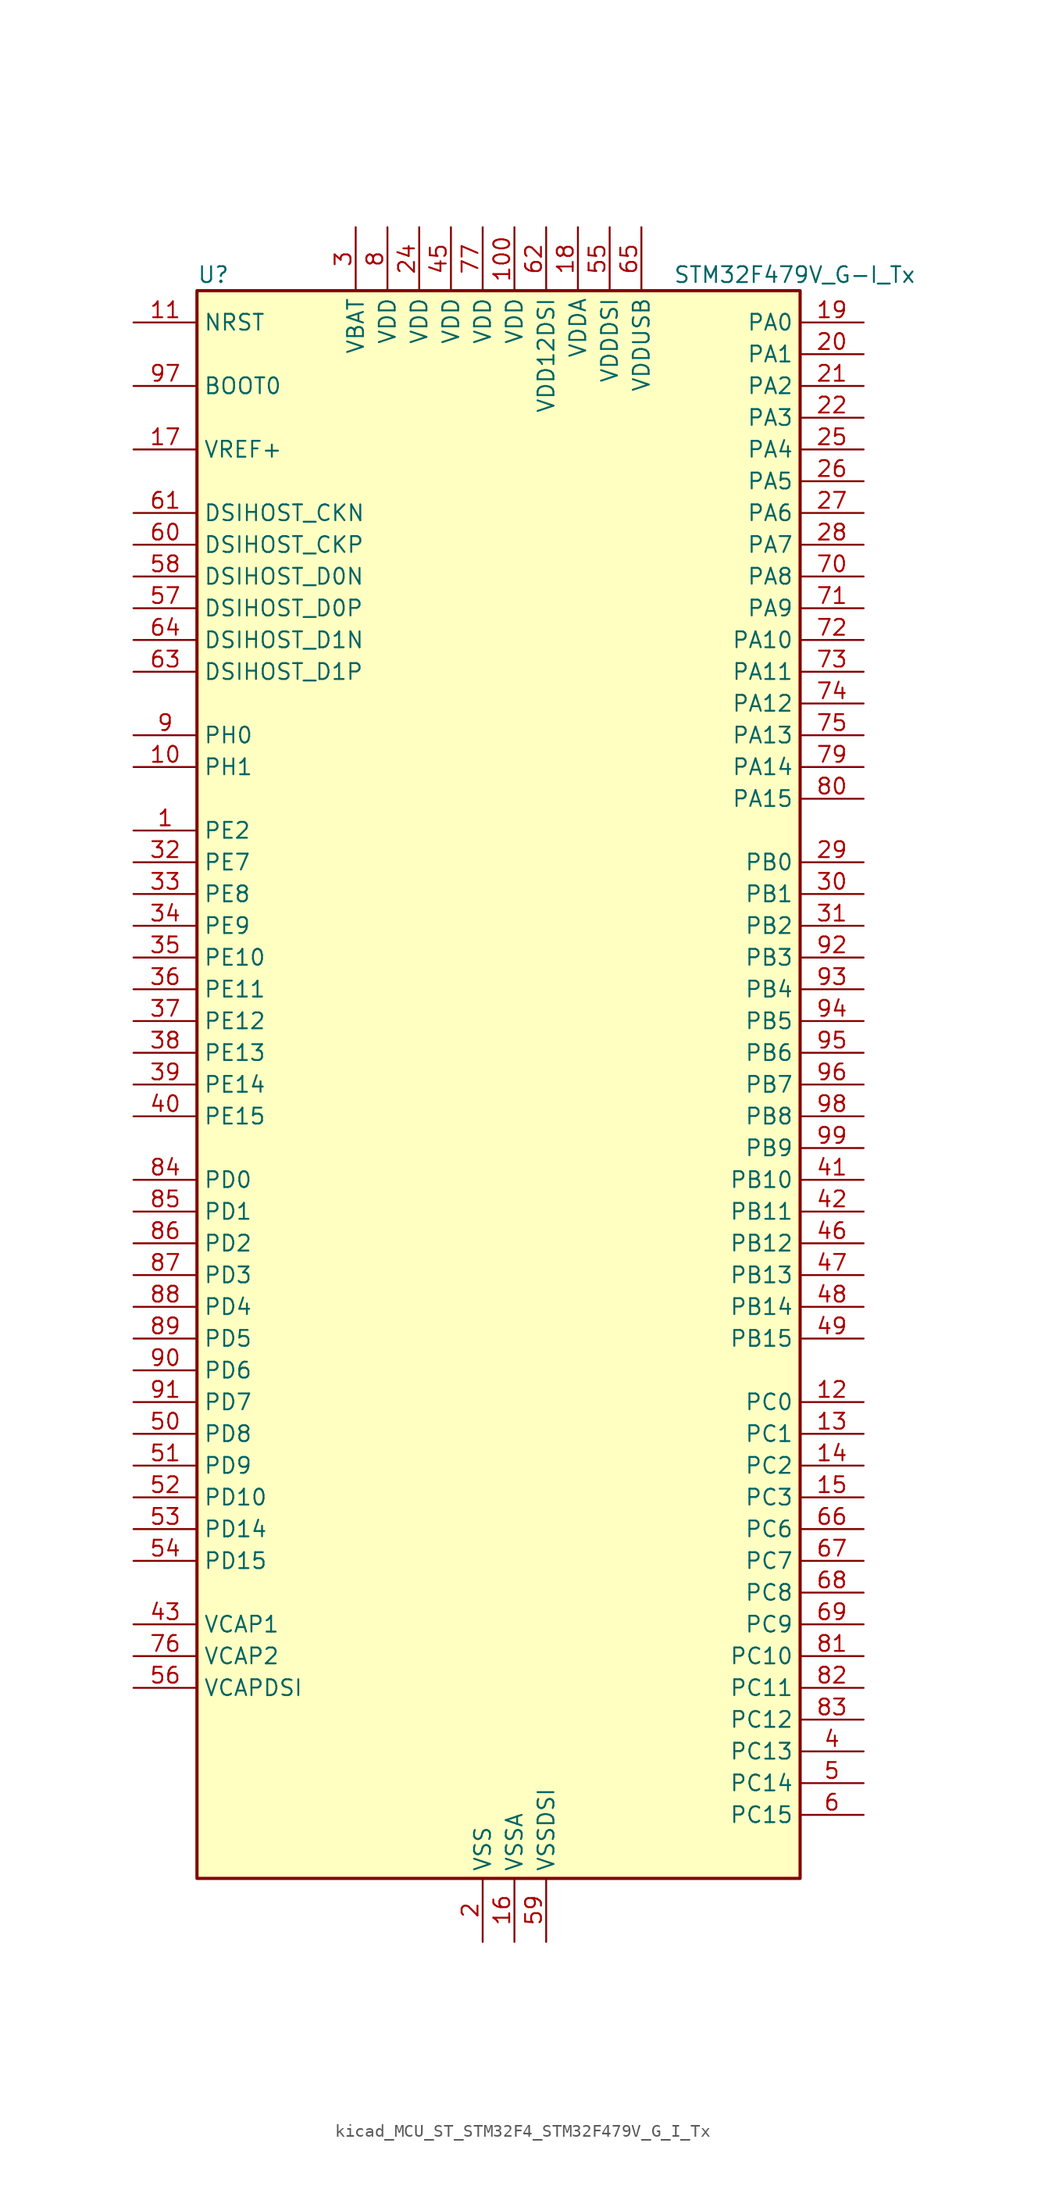
<source format=kicad_sym>
(kicad_symbol_lib
  (version 20220914)
  (generator kicad_symbol_editor)
  (symbol "kicad_MCU_ST_STM32F4_STM32F479V_G_I_Tx"
    (property "Reference" "U"
      (at -22.86 64.77 0)
      (effects (font (size 1.27 1.27)) (justify left)))
    (property "Value" "STM32F479V_G-I_Tx"
      (at 15.24 64.77 0)
      (effects (font (size 1.27 1.27)) (justify left)))
    (property "ki_locked" ""
      (at 0 0 0)
      (effects (font (size 1.27 1.27))))
    (symbol "kicad_MCU_ST_STM32F4_STM32F479V_G_I_Tx_0_1"
      (rectangle (start -22.86 -63.5) (end 25.4 63.5) (stroke (width 0.254) (type default)) (fill (type background))))
    (symbol "kicad_MCU_ST_STM32F4_STM32F479V_G_I_Tx_1_1"
      (pin bidirectional line (at -27.94 20.32 0) (length 5.08) (name "PE2" (effects (font (size 1.27 1.27)))) (number "1" (effects (font (size 1.27 1.27)))) (alternate "FMC_A23" bidirectional line) (alternate "QUADSPI_BK1_IO2" bidirectional line) (alternate "SAI1_MCLK_A" bidirectional line) (alternate "SPI4_SCK" bidirectional line) (alternate "SYS_TRACECLK" bidirectional line))
      (pin bidirectional line (at -27.94 25.4 0) (length 5.08) (name "PH1" (effects (font (size 1.27 1.27)))) (number "10" (effects (font (size 1.27 1.27)))) (alternate "RCC_OSC_OUT" bidirectional line))
      (pin power_in line (at 2.54 68.58 270) (length 5.08) (name "VDD" (effects (font (size 1.27 1.27)))) (number "100" (effects (font (size 1.27 1.27)))))
      (pin input line (at -27.94 60.96 0) (length 5.08) (name "NRST" (effects (font (size 1.27 1.27)))) (number "11" (effects (font (size 1.27 1.27)))))
      (pin bidirectional line (at 30.48 -25.4 180) (length 5.08) (name "PC0" (effects (font (size 1.27 1.27)))) (number "12" (effects (font (size 1.27 1.27)))) (alternate "ADC1_IN10" bidirectional line) (alternate "ADC2_IN10" bidirectional line) (alternate "ADC3_IN10" bidirectional line) (alternate "FMC_SDNWE" bidirectional line) (alternate "LTDC_R5" bidirectional line) (alternate "USB_OTG_HS_ULPI_STP" bidirectional line))
      (pin bidirectional line (at 30.48 -27.94 180) (length 5.08) (name "PC1" (effects (font (size 1.27 1.27)))) (number "13" (effects (font (size 1.27 1.27)))) (alternate "ADC1_IN11" bidirectional line) (alternate "ADC2_IN11" bidirectional line) (alternate "ADC3_IN11" bidirectional line) (alternate "I2S2_SD" bidirectional line) (alternate "SAI1_SD_A" bidirectional line) (alternate "SPI2_MOSI" bidirectional line) (alternate "SYS_TRACED0" bidirectional line))
      (pin bidirectional line (at 30.48 -30.48 180) (length 5.08) (name "PC2" (effects (font (size 1.27 1.27)))) (number "14" (effects (font (size 1.27 1.27)))) (alternate "ADC1_IN12" bidirectional line) (alternate "ADC2_IN12" bidirectional line) (alternate "ADC3_IN12" bidirectional line) (alternate "FMC_SDNE0" bidirectional line) (alternate "I2S2_ext_SD" bidirectional line) (alternate "SPI2_MISO" bidirectional line) (alternate "USB_OTG_HS_ULPI_DIR" bidirectional line))
      (pin bidirectional line (at 30.48 -33.02 180) (length 5.08) (name "PC3" (effects (font (size 1.27 1.27)))) (number "15" (effects (font (size 1.27 1.27)))) (alternate "ADC1_IN13" bidirectional line) (alternate "ADC2_IN13" bidirectional line) (alternate "ADC3_IN13" bidirectional line) (alternate "FMC_SDCKE0" bidirectional line) (alternate "I2S2_SD" bidirectional line) (alternate "SPI2_MOSI" bidirectional line) (alternate "USB_OTG_HS_ULPI_NXT" bidirectional line))
      (pin power_in line (at 2.54 -68.58 90) (length 5.08) (name "VSSA" (effects (font (size 1.27 1.27)))) (number "16" (effects (font (size 1.27 1.27)))))
      (pin input line (at -27.94 50.8 0) (length 5.08) (name "VREF+" (effects (font (size 1.27 1.27)))) (number "17" (effects (font (size 1.27 1.27)))))
      (pin power_in line (at 7.62 68.58 270) (length 5.08) (name "VDDA" (effects (font (size 1.27 1.27)))) (number "18" (effects (font (size 1.27 1.27)))))
      (pin bidirectional line (at 30.48 60.96 180) (length 5.08) (name "PA0" (effects (font (size 1.27 1.27)))) (number "19" (effects (font (size 1.27 1.27)))) (alternate "ADC1_IN0" bidirectional line) (alternate "ADC2_IN0" bidirectional line) (alternate "ADC3_IN0" bidirectional line) (alternate "SYS_WKUP" bidirectional line) (alternate "TIM2_CH1" bidirectional line) (alternate "TIM2_ETR" bidirectional line) (alternate "TIM5_CH1" bidirectional line) (alternate "TIM8_ETR" bidirectional line) (alternate "UART4_TX" bidirectional line) (alternate "USART2_CTS" bidirectional line))
      (pin power_in line (at 0 -68.58 90) (length 5.08) (name "VSS" (effects (font (size 1.27 1.27)))) (number "2" (effects (font (size 1.27 1.27)))))
      (pin bidirectional line (at 30.48 58.42 180) (length 5.08) (name "PA1" (effects (font (size 1.27 1.27)))) (number "20" (effects (font (size 1.27 1.27)))) (alternate "ADC1_IN1" bidirectional line) (alternate "ADC2_IN1" bidirectional line) (alternate "ADC3_IN1" bidirectional line) (alternate "LTDC_R2" bidirectional line) (alternate "QUADSPI_BK1_IO3" bidirectional line) (alternate "TIM2_CH2" bidirectional line) (alternate "TIM5_CH2" bidirectional line) (alternate "UART4_RX" bidirectional line) (alternate "USART2_RTS" bidirectional line))
      (pin bidirectional line (at 30.48 55.88 180) (length 5.08) (name "PA2" (effects (font (size 1.27 1.27)))) (number "21" (effects (font (size 1.27 1.27)))) (alternate "ADC1_IN2" bidirectional line) (alternate "ADC2_IN2" bidirectional line) (alternate "ADC3_IN2" bidirectional line) (alternate "LTDC_R1" bidirectional line) (alternate "TIM2_CH3" bidirectional line) (alternate "TIM5_CH3" bidirectional line) (alternate "TIM9_CH1" bidirectional line) (alternate "USART2_TX" bidirectional line))
      (pin bidirectional line (at 30.48 53.34 180) (length 5.08) (name "PA3" (effects (font (size 1.27 1.27)))) (number "22" (effects (font (size 1.27 1.27)))) (alternate "ADC1_IN3" bidirectional line) (alternate "ADC2_IN3" bidirectional line) (alternate "ADC3_IN3" bidirectional line) (alternate "LTDC_B2" bidirectional line) (alternate "LTDC_B5" bidirectional line) (alternate "TIM2_CH4" bidirectional line) (alternate "TIM5_CH4" bidirectional line) (alternate "TIM9_CH2" bidirectional line) (alternate "USART2_RX" bidirectional line) (alternate "USB_OTG_HS_ULPI_D0" bidirectional line))
      (pin passive line (at 0 -68.58 90) (length 5.08) hide (name "VSS" (effects (font (size 1.27 1.27)))) (number "23" (effects (font (size 1.27 1.27)))))
      (pin power_in line (at -5.08 68.58 270) (length 5.08) (name "VDD" (effects (font (size 1.27 1.27)))) (number "24" (effects (font (size 1.27 1.27)))))
      (pin bidirectional line (at 30.48 50.8 180) (length 5.08) (name "PA4" (effects (font (size 1.27 1.27)))) (number "25" (effects (font (size 1.27 1.27)))) (alternate "ADC1_IN4" bidirectional line) (alternate "ADC2_IN4" bidirectional line) (alternate "DAC_OUT1" bidirectional line) (alternate "DCMI_HSYNC" bidirectional line) (alternate "I2S3_WS" bidirectional line) (alternate "LTDC_VSYNC" bidirectional line) (alternate "SPI1_NSS" bidirectional line) (alternate "SPI3_NSS" bidirectional line) (alternate "USART2_CK" bidirectional line) (alternate "USB_OTG_HS_SOF" bidirectional line))
      (pin bidirectional line (at 30.48 48.26 180) (length 5.08) (name "PA5" (effects (font (size 1.27 1.27)))) (number "26" (effects (font (size 1.27 1.27)))) (alternate "ADC1_IN5" bidirectional line) (alternate "ADC2_IN5" bidirectional line) (alternate "DAC_OUT2" bidirectional line) (alternate "LTDC_R4" bidirectional line) (alternate "SPI1_SCK" bidirectional line) (alternate "TIM2_CH1" bidirectional line) (alternate "TIM2_ETR" bidirectional line) (alternate "TIM8_CH1N" bidirectional line) (alternate "USB_OTG_HS_ULPI_CK" bidirectional line))
      (pin bidirectional line (at 30.48 45.72 180) (length 5.08) (name "PA6" (effects (font (size 1.27 1.27)))) (number "27" (effects (font (size 1.27 1.27)))) (alternate "ADC1_IN6" bidirectional line) (alternate "ADC2_IN6" bidirectional line) (alternate "DCMI_PIXCLK" bidirectional line) (alternate "LTDC_G2" bidirectional line) (alternate "SPI1_MISO" bidirectional line) (alternate "TIM13_CH1" bidirectional line) (alternate "TIM1_BKIN" bidirectional line) (alternate "TIM3_CH1" bidirectional line) (alternate "TIM8_BKIN" bidirectional line))
      (pin bidirectional line (at 30.48 43.18 180) (length 5.08) (name "PA7" (effects (font (size 1.27 1.27)))) (number "28" (effects (font (size 1.27 1.27)))) (alternate "ADC1_IN7" bidirectional line) (alternate "ADC2_IN7" bidirectional line) (alternate "FMC_SDNWE" bidirectional line) (alternate "QUADSPI_CLK" bidirectional line) (alternate "SPI1_MOSI" bidirectional line) (alternate "TIM14_CH1" bidirectional line) (alternate "TIM1_CH1N" bidirectional line) (alternate "TIM3_CH2" bidirectional line) (alternate "TIM8_CH1N" bidirectional line))
      (pin bidirectional line (at 30.48 17.78 180) (length 5.08) (name "PB0" (effects (font (size 1.27 1.27)))) (number "29" (effects (font (size 1.27 1.27)))) (alternate "ADC1_IN8" bidirectional line) (alternate "ADC2_IN8" bidirectional line) (alternate "LTDC_G1" bidirectional line) (alternate "LTDC_R3" bidirectional line) (alternate "TIM1_CH2N" bidirectional line) (alternate "TIM3_CH3" bidirectional line) (alternate "TIM8_CH2N" bidirectional line) (alternate "USB_OTG_HS_ULPI_D1" bidirectional line))
      (pin power_in line (at -10.16 68.58 270) (length 5.08) (name "VBAT" (effects (font (size 1.27 1.27)))) (number "3" (effects (font (size 1.27 1.27)))))
      (pin bidirectional line (at 30.48 15.24 180) (length 5.08) (name "PB1" (effects (font (size 1.27 1.27)))) (number "30" (effects (font (size 1.27 1.27)))) (alternate "ADC1_IN9" bidirectional line) (alternate "ADC2_IN9" bidirectional line) (alternate "LTDC_G0" bidirectional line) (alternate "LTDC_R6" bidirectional line) (alternate "TIM1_CH3N" bidirectional line) (alternate "TIM3_CH4" bidirectional line) (alternate "TIM8_CH3N" bidirectional line) (alternate "USB_OTG_HS_ULPI_D2" bidirectional line))
      (pin bidirectional line (at 30.48 12.7 180) (length 5.08) (name "PB2" (effects (font (size 1.27 1.27)))) (number "31" (effects (font (size 1.27 1.27)))))
      (pin bidirectional line (at -27.94 17.78 0) (length 5.08) (name "PE7" (effects (font (size 1.27 1.27)))) (number "32" (effects (font (size 1.27 1.27)))) (alternate "FMC_D4" bidirectional line) (alternate "FMC_DA4" bidirectional line) (alternate "QUADSPI_BK2_IO0" bidirectional line) (alternate "TIM1_ETR" bidirectional line) (alternate "UART7_RX" bidirectional line))
      (pin bidirectional line (at -27.94 15.24 0) (length 5.08) (name "PE8" (effects (font (size 1.27 1.27)))) (number "33" (effects (font (size 1.27 1.27)))) (alternate "FMC_D5" bidirectional line) (alternate "FMC_DA5" bidirectional line) (alternate "QUADSPI_BK2_IO1" bidirectional line) (alternate "TIM1_CH1N" bidirectional line) (alternate "UART7_TX" bidirectional line))
      (pin bidirectional line (at -27.94 12.7 0) (length 5.08) (name "PE9" (effects (font (size 1.27 1.27)))) (number "34" (effects (font (size 1.27 1.27)))) (alternate "DAC_EXTI9" bidirectional line) (alternate "FMC_D6" bidirectional line) (alternate "FMC_DA6" bidirectional line) (alternate "QUADSPI_BK2_IO2" bidirectional line) (alternate "TIM1_CH1" bidirectional line))
      (pin bidirectional line (at -27.94 10.16 0) (length 5.08) (name "PE10" (effects (font (size 1.27 1.27)))) (number "35" (effects (font (size 1.27 1.27)))) (alternate "FMC_D7" bidirectional line) (alternate "FMC_DA7" bidirectional line) (alternate "QUADSPI_BK2_IO3" bidirectional line) (alternate "TIM1_CH2N" bidirectional line))
      (pin bidirectional line (at -27.94 7.62 0) (length 5.08) (name "PE11" (effects (font (size 1.27 1.27)))) (number "36" (effects (font (size 1.27 1.27)))) (alternate "ADC1_EXTI11" bidirectional line) (alternate "ADC2_EXTI11" bidirectional line) (alternate "ADC3_EXTI11" bidirectional line) (alternate "FMC_D8" bidirectional line) (alternate "FMC_DA8" bidirectional line) (alternate "LTDC_G3" bidirectional line) (alternate "SPI4_NSS" bidirectional line) (alternate "TIM1_CH2" bidirectional line))
      (pin bidirectional line (at -27.94 5.08 0) (length 5.08) (name "PE12" (effects (font (size 1.27 1.27)))) (number "37" (effects (font (size 1.27 1.27)))) (alternate "FMC_D9" bidirectional line) (alternate "FMC_DA9" bidirectional line) (alternate "LTDC_B4" bidirectional line) (alternate "SPI4_SCK" bidirectional line) (alternate "TIM1_CH3N" bidirectional line))
      (pin bidirectional line (at -27.94 2.54 0) (length 5.08) (name "PE13" (effects (font (size 1.27 1.27)))) (number "38" (effects (font (size 1.27 1.27)))) (alternate "FMC_D10" bidirectional line) (alternate "FMC_DA10" bidirectional line) (alternate "LTDC_DE" bidirectional line) (alternate "SPI4_MISO" bidirectional line) (alternate "TIM1_CH3" bidirectional line))
      (pin bidirectional line (at -27.94 0 0) (length 5.08) (name "PE14" (effects (font (size 1.27 1.27)))) (number "39" (effects (font (size 1.27 1.27)))) (alternate "FMC_D11" bidirectional line) (alternate "FMC_DA11" bidirectional line) (alternate "LTDC_CLK" bidirectional line) (alternate "SPI4_MOSI" bidirectional line) (alternate "TIM1_CH4" bidirectional line))
      (pin bidirectional line (at 30.48 -53.34 180) (length 5.08) (name "PC13" (effects (font (size 1.27 1.27)))) (number "4" (effects (font (size 1.27 1.27)))) (alternate "RTC_AF1" bidirectional line))
      (pin bidirectional line (at -27.94 -2.54 0) (length 5.08) (name "PE15" (effects (font (size 1.27 1.27)))) (number "40" (effects (font (size 1.27 1.27)))) (alternate "ADC1_EXTI15" bidirectional line) (alternate "ADC2_EXTI15" bidirectional line) (alternate "ADC3_EXTI15" bidirectional line) (alternate "FMC_D12" bidirectional line) (alternate "FMC_DA12" bidirectional line) (alternate "LTDC_R7" bidirectional line) (alternate "TIM1_BKIN" bidirectional line))
      (pin bidirectional line (at 30.48 -7.62 180) (length 5.08) (name "PB10" (effects (font (size 1.27 1.27)))) (number "41" (effects (font (size 1.27 1.27)))) (alternate "I2C2_SCL" bidirectional line) (alternate "I2S2_CK" bidirectional line) (alternate "LTDC_G4" bidirectional line) (alternate "QUADSPI_BK1_NCS" bidirectional line) (alternate "SPI2_SCK" bidirectional line) (alternate "TIM2_CH3" bidirectional line) (alternate "USART3_TX" bidirectional line) (alternate "USB_OTG_HS_ULPI_D3" bidirectional line))
      (pin bidirectional line (at 30.48 -10.16 180) (length 5.08) (name "PB11" (effects (font (size 1.27 1.27)))) (number "42" (effects (font (size 1.27 1.27)))) (alternate "ADC1_EXTI11" bidirectional line) (alternate "ADC2_EXTI11" bidirectional line) (alternate "ADC3_EXTI11" bidirectional line) (alternate "DSIHOST_TE" bidirectional line) (alternate "I2C2_SDA" bidirectional line) (alternate "LTDC_G5" bidirectional line) (alternate "TIM2_CH4" bidirectional line) (alternate "USART3_RX" bidirectional line) (alternate "USB_OTG_HS_ULPI_D4" bidirectional line))
      (pin power_out line (at -27.94 -43.18 0) (length 5.08) (name "VCAP1" (effects (font (size 1.27 1.27)))) (number "43" (effects (font (size 1.27 1.27)))))
      (pin passive line (at 0 -68.58 90) (length 5.08) hide (name "VSS" (effects (font (size 1.27 1.27)))) (number "44" (effects (font (size 1.27 1.27)))))
      (pin power_in line (at -2.54 68.58 270) (length 5.08) (name "VDD" (effects (font (size 1.27 1.27)))) (number "45" (effects (font (size 1.27 1.27)))))
      (pin bidirectional line (at 30.48 -12.7 180) (length 5.08) (name "PB12" (effects (font (size 1.27 1.27)))) (number "46" (effects (font (size 1.27 1.27)))) (alternate "CAN2_RX" bidirectional line) (alternate "I2C2_SMBA" bidirectional line) (alternate "I2S2_WS" bidirectional line) (alternate "SPI2_NSS" bidirectional line) (alternate "TIM1_BKIN" bidirectional line) (alternate "USART3_CK" bidirectional line) (alternate "USB_OTG_HS_ID" bidirectional line) (alternate "USB_OTG_HS_ULPI_D5" bidirectional line))
      (pin bidirectional line (at 30.48 -15.24 180) (length 5.08) (name "PB13" (effects (font (size 1.27 1.27)))) (number "47" (effects (font (size 1.27 1.27)))) (alternate "CAN2_TX" bidirectional line) (alternate "I2S2_CK" bidirectional line) (alternate "SPI2_SCK" bidirectional line) (alternate "TIM1_CH1N" bidirectional line) (alternate "USART3_CTS" bidirectional line) (alternate "USB_OTG_HS_ULPI_D6" bidirectional line) (alternate "USB_OTG_HS_VBUS" bidirectional line))
      (pin bidirectional line (at 30.48 -17.78 180) (length 5.08) (name "PB14" (effects (font (size 1.27 1.27)))) (number "48" (effects (font (size 1.27 1.27)))) (alternate "I2S2_ext_SD" bidirectional line) (alternate "SPI2_MISO" bidirectional line) (alternate "TIM12_CH1" bidirectional line) (alternate "TIM1_CH2N" bidirectional line) (alternate "TIM8_CH2N" bidirectional line) (alternate "USART3_RTS" bidirectional line) (alternate "USB_OTG_HS_DM" bidirectional line))
      (pin bidirectional line (at 30.48 -20.32 180) (length 5.08) (name "PB15" (effects (font (size 1.27 1.27)))) (number "49" (effects (font (size 1.27 1.27)))) (alternate "ADC1_EXTI15" bidirectional line) (alternate "ADC2_EXTI15" bidirectional line) (alternate "ADC3_EXTI15" bidirectional line) (alternate "I2S2_SD" bidirectional line) (alternate "RTC_REFIN" bidirectional line) (alternate "SPI2_MOSI" bidirectional line) (alternate "TIM12_CH2" bidirectional line) (alternate "TIM1_CH3N" bidirectional line) (alternate "TIM8_CH3N" bidirectional line) (alternate "USB_OTG_HS_DP" bidirectional line))
      (pin bidirectional line (at 30.48 -55.88 180) (length 5.08) (name "PC14" (effects (font (size 1.27 1.27)))) (number "5" (effects (font (size 1.27 1.27)))) (alternate "RCC_OSC32_IN" bidirectional line))
      (pin bidirectional line (at -27.94 -27.94 0) (length 5.08) (name "PD8" (effects (font (size 1.27 1.27)))) (number "50" (effects (font (size 1.27 1.27)))) (alternate "FMC_D13" bidirectional line) (alternate "FMC_DA13" bidirectional line) (alternate "USART3_TX" bidirectional line))
      (pin bidirectional line (at -27.94 -30.48 0) (length 5.08) (name "PD9" (effects (font (size 1.27 1.27)))) (number "51" (effects (font (size 1.27 1.27)))) (alternate "DAC_EXTI9" bidirectional line) (alternate "FMC_D14" bidirectional line) (alternate "FMC_DA14" bidirectional line) (alternate "USART3_RX" bidirectional line))
      (pin bidirectional line (at -27.94 -33.02 0) (length 5.08) (name "PD10" (effects (font (size 1.27 1.27)))) (number "52" (effects (font (size 1.27 1.27)))) (alternate "FMC_D15" bidirectional line) (alternate "FMC_DA15" bidirectional line) (alternate "LTDC_B3" bidirectional line) (alternate "USART3_CK" bidirectional line))
      (pin bidirectional line (at -27.94 -35.56 0) (length 5.08) (name "PD14" (effects (font (size 1.27 1.27)))) (number "53" (effects (font (size 1.27 1.27)))) (alternate "FMC_D0" bidirectional line) (alternate "FMC_DA0" bidirectional line) (alternate "TIM4_CH3" bidirectional line))
      (pin bidirectional line (at -27.94 -38.1 0) (length 5.08) (name "PD15" (effects (font (size 1.27 1.27)))) (number "54" (effects (font (size 1.27 1.27)))) (alternate "ADC1_EXTI15" bidirectional line) (alternate "ADC2_EXTI15" bidirectional line) (alternate "ADC3_EXTI15" bidirectional line) (alternate "FMC_D1" bidirectional line) (alternate "FMC_DA1" bidirectional line) (alternate "TIM4_CH4" bidirectional line))
      (pin power_in line (at 10.16 68.58 270) (length 5.08) (name "VDDDSI" (effects (font (size 1.27 1.27)))) (number "55" (effects (font (size 1.27 1.27)))))
      (pin power_out line (at -27.94 -48.26 0) (length 5.08) (name "VCAPDSI" (effects (font (size 1.27 1.27)))) (number "56" (effects (font (size 1.27 1.27)))))
      (pin bidirectional line (at -27.94 38.1 0) (length 5.08) (name "DSIHOST_D0P" (effects (font (size 1.27 1.27)))) (number "57" (effects (font (size 1.27 1.27)))) (alternate "DSIHOST_D0P" bidirectional line))
      (pin bidirectional line (at -27.94 40.64 0) (length 5.08) (name "DSIHOST_D0N" (effects (font (size 1.27 1.27)))) (number "58" (effects (font (size 1.27 1.27)))) (alternate "DSIHOST_D0N" bidirectional line))
      (pin power_in line (at 5.08 -68.58 90) (length 5.08) (name "VSSDSI" (effects (font (size 1.27 1.27)))) (number "59" (effects (font (size 1.27 1.27)))))
      (pin bidirectional line (at 30.48 -58.42 180) (length 5.08) (name "PC15" (effects (font (size 1.27 1.27)))) (number "6" (effects (font (size 1.27 1.27)))) (alternate "ADC1_EXTI15" bidirectional line) (alternate "ADC2_EXTI15" bidirectional line) (alternate "ADC3_EXTI15" bidirectional line) (alternate "RCC_OSC32_OUT" bidirectional line))
      (pin bidirectional line (at -27.94 43.18 0) (length 5.08) (name "DSIHOST_CKP" (effects (font (size 1.27 1.27)))) (number "60" (effects (font (size 1.27 1.27)))) (alternate "DSIHOST_CKP" bidirectional line))
      (pin bidirectional line (at -27.94 45.72 0) (length 5.08) (name "DSIHOST_CKN" (effects (font (size 1.27 1.27)))) (number "61" (effects (font (size 1.27 1.27)))) (alternate "DSIHOST_CKN" bidirectional line))
      (pin power_in line (at 5.08 68.58 270) (length 5.08) (name "VDD12DSI" (effects (font (size 1.27 1.27)))) (number "62" (effects (font (size 1.27 1.27)))))
      (pin bidirectional line (at -27.94 33.02 0) (length 5.08) (name "DSIHOST_D1P" (effects (font (size 1.27 1.27)))) (number "63" (effects (font (size 1.27 1.27)))) (alternate "DSIHOST_D1P" bidirectional line))
      (pin bidirectional line (at -27.94 35.56 0) (length 5.08) (name "DSIHOST_D1N" (effects (font (size 1.27 1.27)))) (number "64" (effects (font (size 1.27 1.27)))) (alternate "DSIHOST_D1N" bidirectional line))
      (pin power_in line (at 12.7 68.58 270) (length 5.08) (name "VDDUSB" (effects (font (size 1.27 1.27)))) (number "65" (effects (font (size 1.27 1.27)))))
      (pin bidirectional line (at 30.48 -35.56 180) (length 5.08) (name "PC6" (effects (font (size 1.27 1.27)))) (number "66" (effects (font (size 1.27 1.27)))) (alternate "DCMI_D0" bidirectional line) (alternate "I2S2_MCK" bidirectional line) (alternate "LTDC_HSYNC" bidirectional line) (alternate "SDIO_D6" bidirectional line) (alternate "TIM3_CH1" bidirectional line) (alternate "TIM8_CH1" bidirectional line) (alternate "USART6_TX" bidirectional line))
      (pin bidirectional line (at 30.48 -38.1 180) (length 5.08) (name "PC7" (effects (font (size 1.27 1.27)))) (number "67" (effects (font (size 1.27 1.27)))) (alternate "DCMI_D1" bidirectional line) (alternate "I2S3_MCK" bidirectional line) (alternate "LTDC_G6" bidirectional line) (alternate "SDIO_D7" bidirectional line) (alternate "TIM3_CH2" bidirectional line) (alternate "TIM8_CH2" bidirectional line) (alternate "USART6_RX" bidirectional line))
      (pin bidirectional line (at 30.48 -40.64 180) (length 5.08) (name "PC8" (effects (font (size 1.27 1.27)))) (number "68" (effects (font (size 1.27 1.27)))) (alternate "DCMI_D2" bidirectional line) (alternate "SDIO_D0" bidirectional line) (alternate "SYS_TRACED1" bidirectional line) (alternate "TIM3_CH3" bidirectional line) (alternate "TIM8_CH3" bidirectional line) (alternate "USART6_CK" bidirectional line))
      (pin bidirectional line (at 30.48 -43.18 180) (length 5.08) (name "PC9" (effects (font (size 1.27 1.27)))) (number "69" (effects (font (size 1.27 1.27)))) (alternate "DAC_EXTI9" bidirectional line) (alternate "DCMI_D3" bidirectional line) (alternate "I2C3_SDA" bidirectional line) (alternate "I2S_CKIN" bidirectional line) (alternate "QUADSPI_BK1_IO0" bidirectional line) (alternate "RCC_MCO_2" bidirectional line) (alternate "SDIO_D1" bidirectional line) (alternate "TIM3_CH4" bidirectional line) (alternate "TIM8_CH4" bidirectional line))
      (pin passive line (at 0 -68.58 90) (length 5.08) hide (name "VSS" (effects (font (size 1.27 1.27)))) (number "7" (effects (font (size 1.27 1.27)))))
      (pin bidirectional line (at 30.48 40.64 180) (length 5.08) (name "PA8" (effects (font (size 1.27 1.27)))) (number "70" (effects (font (size 1.27 1.27)))) (alternate "I2C3_SCL" bidirectional line) (alternate "LTDC_R6" bidirectional line) (alternate "RCC_MCO_1" bidirectional line) (alternate "TIM1_CH1" bidirectional line) (alternate "USART1_CK" bidirectional line) (alternate "USB_OTG_FS_SOF" bidirectional line))
      (pin bidirectional line (at 30.48 38.1 180) (length 5.08) (name "PA9" (effects (font (size 1.27 1.27)))) (number "71" (effects (font (size 1.27 1.27)))) (alternate "DAC_EXTI9" bidirectional line) (alternate "DCMI_D0" bidirectional line) (alternate "I2C3_SMBA" bidirectional line) (alternate "I2S2_CK" bidirectional line) (alternate "SPI2_SCK" bidirectional line) (alternate "TIM1_CH2" bidirectional line) (alternate "USART1_TX" bidirectional line) (alternate "USB_OTG_FS_VBUS" bidirectional line))
      (pin bidirectional line (at 30.48 35.56 180) (length 5.08) (name "PA10" (effects (font (size 1.27 1.27)))) (number "72" (effects (font (size 1.27 1.27)))) (alternate "DCMI_D1" bidirectional line) (alternate "TIM1_CH3" bidirectional line) (alternate "USART1_RX" bidirectional line) (alternate "USB_OTG_FS_ID" bidirectional line))
      (pin bidirectional line (at 30.48 33.02 180) (length 5.08) (name "PA11" (effects (font (size 1.27 1.27)))) (number "73" (effects (font (size 1.27 1.27)))) (alternate "ADC1_EXTI11" bidirectional line) (alternate "ADC2_EXTI11" bidirectional line) (alternate "ADC3_EXTI11" bidirectional line) (alternate "CAN1_RX" bidirectional line) (alternate "LTDC_R4" bidirectional line) (alternate "TIM1_CH4" bidirectional line) (alternate "USART1_CTS" bidirectional line) (alternate "USB_OTG_FS_DM" bidirectional line))
      (pin bidirectional line (at 30.48 30.48 180) (length 5.08) (name "PA12" (effects (font (size 1.27 1.27)))) (number "74" (effects (font (size 1.27 1.27)))) (alternate "CAN1_TX" bidirectional line) (alternate "LTDC_R5" bidirectional line) (alternate "TIM1_ETR" bidirectional line) (alternate "USART1_RTS" bidirectional line) (alternate "USB_OTG_FS_DP" bidirectional line))
      (pin bidirectional line (at 30.48 27.94 180) (length 5.08) (name "PA13" (effects (font (size 1.27 1.27)))) (number "75" (effects (font (size 1.27 1.27)))) (alternate "SYS_JTMS-SWDIO" bidirectional line))
      (pin power_out line (at -27.94 -45.72 0) (length 5.08) (name "VCAP2" (effects (font (size 1.27 1.27)))) (number "76" (effects (font (size 1.27 1.27)))))
      (pin power_in line (at 0 68.58 270) (length 5.08) (name "VDD" (effects (font (size 1.27 1.27)))) (number "77" (effects (font (size 1.27 1.27)))))
      (pin passive line (at 0 -68.58 90) (length 5.08) hide (name "VSS" (effects (font (size 1.27 1.27)))) (number "78" (effects (font (size 1.27 1.27)))))
      (pin bidirectional line (at 30.48 25.4 180) (length 5.08) (name "PA14" (effects (font (size 1.27 1.27)))) (number "79" (effects (font (size 1.27 1.27)))) (alternate "SYS_JTCK-SWCLK" bidirectional line))
      (pin power_in line (at -7.62 68.58 270) (length 5.08) (name "VDD" (effects (font (size 1.27 1.27)))) (number "8" (effects (font (size 1.27 1.27)))))
      (pin bidirectional line (at 30.48 22.86 180) (length 5.08) (name "PA15" (effects (font (size 1.27 1.27)))) (number "80" (effects (font (size 1.27 1.27)))) (alternate "ADC1_EXTI15" bidirectional line) (alternate "ADC2_EXTI15" bidirectional line) (alternate "ADC3_EXTI15" bidirectional line) (alternate "I2S3_WS" bidirectional line) (alternate "SPI1_NSS" bidirectional line) (alternate "SPI3_NSS" bidirectional line) (alternate "SYS_JTDI" bidirectional line) (alternate "TIM2_CH1" bidirectional line) (alternate "TIM2_ETR" bidirectional line))
      (pin bidirectional line (at 30.48 -45.72 180) (length 5.08) (name "PC10" (effects (font (size 1.27 1.27)))) (number "81" (effects (font (size 1.27 1.27)))) (alternate "DCMI_D8" bidirectional line) (alternate "I2S3_CK" bidirectional line) (alternate "LTDC_R2" bidirectional line) (alternate "QUADSPI_BK1_IO1" bidirectional line) (alternate "SDIO_D2" bidirectional line) (alternate "SPI3_SCK" bidirectional line) (alternate "UART4_TX" bidirectional line) (alternate "USART3_TX" bidirectional line))
      (pin bidirectional line (at 30.48 -48.26 180) (length 5.08) (name "PC11" (effects (font (size 1.27 1.27)))) (number "82" (effects (font (size 1.27 1.27)))) (alternate "ADC1_EXTI11" bidirectional line) (alternate "ADC2_EXTI11" bidirectional line) (alternate "ADC3_EXTI11" bidirectional line) (alternate "DCMI_D4" bidirectional line) (alternate "I2S3_ext_SD" bidirectional line) (alternate "QUADSPI_BK2_NCS" bidirectional line) (alternate "SDIO_D3" bidirectional line) (alternate "SPI3_MISO" bidirectional line) (alternate "UART4_RX" bidirectional line) (alternate "USART3_RX" bidirectional line))
      (pin bidirectional line (at 30.48 -50.8 180) (length 5.08) (name "PC12" (effects (font (size 1.27 1.27)))) (number "83" (effects (font (size 1.27 1.27)))) (alternate "DCMI_D9" bidirectional line) (alternate "I2S3_SD" bidirectional line) (alternate "SDIO_CK" bidirectional line) (alternate "SPI3_MOSI" bidirectional line) (alternate "SYS_TRACED3" bidirectional line) (alternate "UART5_TX" bidirectional line) (alternate "USART3_CK" bidirectional line))
      (pin bidirectional line (at -27.94 -7.62 0) (length 5.08) (name "PD0" (effects (font (size 1.27 1.27)))) (number "84" (effects (font (size 1.27 1.27)))) (alternate "CAN1_RX" bidirectional line) (alternate "FMC_D2" bidirectional line) (alternate "FMC_DA2" bidirectional line))
      (pin bidirectional line (at -27.94 -10.16 0) (length 5.08) (name "PD1" (effects (font (size 1.27 1.27)))) (number "85" (effects (font (size 1.27 1.27)))) (alternate "CAN1_TX" bidirectional line) (alternate "FMC_D3" bidirectional line) (alternate "FMC_DA3" bidirectional line))
      (pin bidirectional line (at -27.94 -12.7 0) (length 5.08) (name "PD2" (effects (font (size 1.27 1.27)))) (number "86" (effects (font (size 1.27 1.27)))) (alternate "DCMI_D11" bidirectional line) (alternate "SDIO_CMD" bidirectional line) (alternate "SYS_TRACED2" bidirectional line) (alternate "TIM3_ETR" bidirectional line) (alternate "UART5_RX" bidirectional line))
      (pin bidirectional line (at -27.94 -15.24 0) (length 5.08) (name "PD3" (effects (font (size 1.27 1.27)))) (number "87" (effects (font (size 1.27 1.27)))) (alternate "DCMI_D5" bidirectional line) (alternate "FMC_CLK" bidirectional line) (alternate "I2S2_CK" bidirectional line) (alternate "LTDC_G7" bidirectional line) (alternate "SPI2_SCK" bidirectional line) (alternate "USART2_CTS" bidirectional line))
      (pin bidirectional line (at -27.94 -17.78 0) (length 5.08) (name "PD4" (effects (font (size 1.27 1.27)))) (number "88" (effects (font (size 1.27 1.27)))) (alternate "FMC_NOE" bidirectional line) (alternate "USART2_RTS" bidirectional line))
      (pin bidirectional line (at -27.94 -20.32 0) (length 5.08) (name "PD5" (effects (font (size 1.27 1.27)))) (number "89" (effects (font (size 1.27 1.27)))) (alternate "FMC_NWE" bidirectional line) (alternate "USART2_TX" bidirectional line))
      (pin bidirectional line (at -27.94 27.94 0) (length 5.08) (name "PH0" (effects (font (size 1.27 1.27)))) (number "9" (effects (font (size 1.27 1.27)))) (alternate "RCC_OSC_IN" bidirectional line))
      (pin bidirectional line (at -27.94 -22.86 0) (length 5.08) (name "PD6" (effects (font (size 1.27 1.27)))) (number "90" (effects (font (size 1.27 1.27)))) (alternate "DCMI_D10" bidirectional line) (alternate "FMC_NWAIT" bidirectional line) (alternate "I2S3_SD" bidirectional line) (alternate "LTDC_B2" bidirectional line) (alternate "SAI1_SD_A" bidirectional line) (alternate "SPI3_MOSI" bidirectional line) (alternate "USART2_RX" bidirectional line))
      (pin bidirectional line (at -27.94 -25.4 0) (length 5.08) (name "PD7" (effects (font (size 1.27 1.27)))) (number "91" (effects (font (size 1.27 1.27)))) (alternate "FMC_NE1" bidirectional line) (alternate "USART2_CK" bidirectional line))
      (pin bidirectional line (at 30.48 10.16 180) (length 5.08) (name "PB3" (effects (font (size 1.27 1.27)))) (number "92" (effects (font (size 1.27 1.27)))) (alternate "I2S3_CK" bidirectional line) (alternate "SPI1_SCK" bidirectional line) (alternate "SPI3_SCK" bidirectional line) (alternate "SYS_JTDO-SWO" bidirectional line) (alternate "TIM2_CH2" bidirectional line))
      (pin bidirectional line (at 30.48 7.62 180) (length 5.08) (name "PB4" (effects (font (size 1.27 1.27)))) (number "93" (effects (font (size 1.27 1.27)))) (alternate "I2S3_ext_SD" bidirectional line) (alternate "SPI1_MISO" bidirectional line) (alternate "SPI3_MISO" bidirectional line) (alternate "SYS_JTRST" bidirectional line) (alternate "TIM3_CH1" bidirectional line))
      (pin bidirectional line (at 30.48 5.08 180) (length 5.08) (name "PB5" (effects (font (size 1.27 1.27)))) (number "94" (effects (font (size 1.27 1.27)))) (alternate "CAN2_RX" bidirectional line) (alternate "DCMI_D10" bidirectional line) (alternate "FMC_SDCKE1" bidirectional line) (alternate "I2C1_SMBA" bidirectional line) (alternate "I2S3_SD" bidirectional line) (alternate "LTDC_G7" bidirectional line) (alternate "SPI1_MOSI" bidirectional line) (alternate "SPI3_MOSI" bidirectional line) (alternate "TIM3_CH2" bidirectional line) (alternate "USB_OTG_HS_ULPI_D7" bidirectional line))
      (pin bidirectional line (at 30.48 2.54 180) (length 5.08) (name "PB6" (effects (font (size 1.27 1.27)))) (number "95" (effects (font (size 1.27 1.27)))) (alternate "CAN2_TX" bidirectional line) (alternate "DCMI_D5" bidirectional line) (alternate "FMC_SDNE1" bidirectional line) (alternate "I2C1_SCL" bidirectional line) (alternate "QUADSPI_BK1_NCS" bidirectional line) (alternate "TIM4_CH1" bidirectional line) (alternate "USART1_TX" bidirectional line))
      (pin bidirectional line (at 30.48 0 180) (length 5.08) (name "PB7" (effects (font (size 1.27 1.27)))) (number "96" (effects (font (size 1.27 1.27)))) (alternate "DCMI_VSYNC" bidirectional line) (alternate "FMC_NL" bidirectional line) (alternate "I2C1_SDA" bidirectional line) (alternate "TIM4_CH2" bidirectional line) (alternate "USART1_RX" bidirectional line))
      (pin input line (at -27.94 55.88 0) (length 5.08) (name "BOOT0" (effects (font (size 1.27 1.27)))) (number "97" (effects (font (size 1.27 1.27)))))
      (pin bidirectional line (at 30.48 -2.54 180) (length 5.08) (name "PB8" (effects (font (size 1.27 1.27)))) (number "98" (effects (font (size 1.27 1.27)))) (alternate "CAN1_RX" bidirectional line) (alternate "DCMI_D6" bidirectional line) (alternate "I2C1_SCL" bidirectional line) (alternate "LTDC_B6" bidirectional line) (alternate "SDIO_D4" bidirectional line) (alternate "TIM10_CH1" bidirectional line) (alternate "TIM4_CH3" bidirectional line))
      (pin bidirectional line (at 30.48 -5.08 180) (length 5.08) (name "PB9" (effects (font (size 1.27 1.27)))) (number "99" (effects (font (size 1.27 1.27)))) (alternate "CAN1_TX" bidirectional line) (alternate "DAC_EXTI9" bidirectional line) (alternate "DCMI_D7" bidirectional line) (alternate "I2C1_SDA" bidirectional line) (alternate "I2S2_WS" bidirectional line) (alternate "LTDC_B7" bidirectional line) (alternate "SDIO_D5" bidirectional line) (alternate "SPI2_NSS" bidirectional line) (alternate "TIM11_CH1" bidirectional line) (alternate "TIM4_CH4" bidirectional line)))))
</source>
